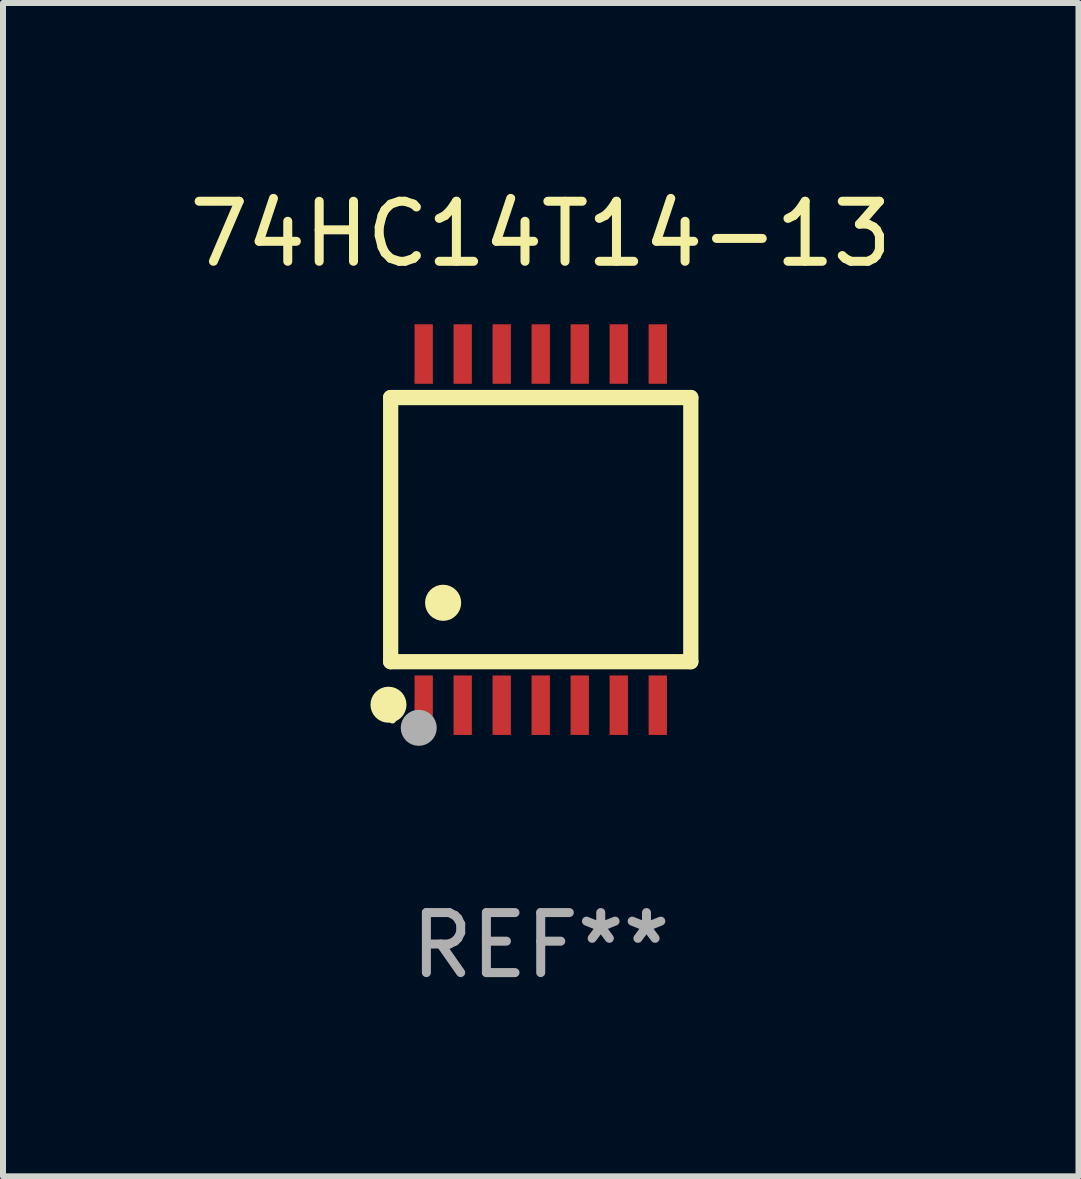
<source format=kicad_pcb>
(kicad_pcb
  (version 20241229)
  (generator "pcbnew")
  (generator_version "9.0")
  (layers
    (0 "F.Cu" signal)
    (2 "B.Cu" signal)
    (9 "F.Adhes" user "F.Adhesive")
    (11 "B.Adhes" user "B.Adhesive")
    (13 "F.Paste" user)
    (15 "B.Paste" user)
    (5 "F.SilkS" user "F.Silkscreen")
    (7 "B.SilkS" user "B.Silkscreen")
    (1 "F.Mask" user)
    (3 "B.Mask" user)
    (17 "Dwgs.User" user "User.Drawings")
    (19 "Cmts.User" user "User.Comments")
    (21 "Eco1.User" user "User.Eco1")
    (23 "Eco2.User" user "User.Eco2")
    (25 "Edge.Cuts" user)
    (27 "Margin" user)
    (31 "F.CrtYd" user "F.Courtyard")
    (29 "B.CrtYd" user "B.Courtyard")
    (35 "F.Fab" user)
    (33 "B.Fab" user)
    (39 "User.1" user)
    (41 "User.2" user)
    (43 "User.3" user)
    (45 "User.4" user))
  (footprint "74HC14T14-13"
    (layer "F.Cu")
    (at 5.958 5.773)
    (property "Reference" "74HC14T14-13" (at 0 -4.925 0) (layer "F.SilkS") (effects (font (size 1 1) (thickness 0.15))))
    (attr through_hole)
    (fp_line (start -2.5 2.2) (end -2.5 -2.2) (stroke (width 0.254) (type solid)) (layer "F.SilkS"))
    (fp_line (start -2.5 2.2) (end 2.5 2.2) (stroke (width 0.254) (type solid)) (layer "F.SilkS"))
    (fp_line (start 2.5 -2.2) (end -2.5 -2.2) (stroke (width 0.254) (type solid)) (layer "F.SilkS"))
    (fp_line (start 2.5 -2.2) (end 2.5 2.2) (stroke (width 0.254) (type solid)) (layer "F.SilkS"))
    (fp_circle (center -2.536 2.917) (end -2.386 2.917) (stroke (width 0.3) (type solid)) (fill no) (layer "F.SilkS"))
    (fp_circle (center -2.47 3.17) (end -2.44 3.17) (stroke (width 0.06) (type solid)) (fill no) (layer "F.SilkS"))
    (fp_circle (center -1.626 1.219) (end -1.475 1.219) (stroke (width 0.3) (type solid)) (fill no) (layer "F.SilkS"))
    (fp_circle (center -2.032 3.302) (end -1.882 3.302) (stroke (width 0.3) (type solid)) (fill no) (layer "F.Fab"))
    (fp_text user "REF**" (at 0 6.925 0) (layer "F.Fab") (effects (font (size 1 1) (thickness 0.15))))
    (pad "1" smd rect (at -1.95 2.925) (size 0.305 0.991) (layers "F.Cu" "F.Mask" "F.Paste"))
    (pad "2" smd rect (at -1.3 2.925) (size 0.305 0.991) (layers "F.Cu" "F.Mask" "F.Paste"))
    (pad "3" smd rect (at -0.65 2.925) (size 0.305 0.991) (layers "F.Cu" "F.Mask" "F.Paste"))
    (pad "4" smd rect (at 0 2.925) (size 0.305 0.991) (layers "F.Cu" "F.Mask" "F.Paste"))
    (pad "5" smd rect (at 0.65 2.925) (size 0.305 0.991) (layers "F.Cu" "F.Mask" "F.Paste"))
    (pad "6" smd rect (at 1.3 2.925) (size 0.305 0.991) (layers "F.Cu" "F.Mask" "F.Paste"))
    (pad "7" smd rect (at 1.95 2.925) (size 0.305 0.991) (layers "F.Cu" "F.Mask" "F.Paste"))
    (pad "8" smd rect (at 1.95 -2.925) (size 0.305 0.991) (layers "F.Cu" "F.Mask" "F.Paste"))
    (pad "9" smd rect (at 1.3 -2.925) (size 0.305 0.991) (layers "F.Cu" "F.Mask" "F.Paste"))
    (pad "10" smd rect (at 0.65 -2.925) (size 0.305 0.991) (layers "F.Cu" "F.Mask" "F.Paste"))
    (pad "11" smd rect (at 0 -2.925) (size 0.305 0.991) (layers "F.Cu" "F.Mask" "F.Paste"))
    (pad "12" smd rect (at -0.65 -2.925) (size 0.305 0.991) (layers "F.Cu" "F.Mask" "F.Paste"))
    (pad "13" smd rect (at -1.3 -2.925) (size 0.305 0.991) (layers "F.Cu" "F.Mask" "F.Paste"))
    (pad "14" smd rect (at -1.95 -2.925) (size 0.305 0.991) (layers "F.Cu" "F.Mask" "F.Paste")))
  (gr_rect
    (start -3 -3)
    (end 14.917 16.547)
    (stroke (width 0.1) (type default))
    (fill no)
    (layer "Edge.Cuts")))
</source>
